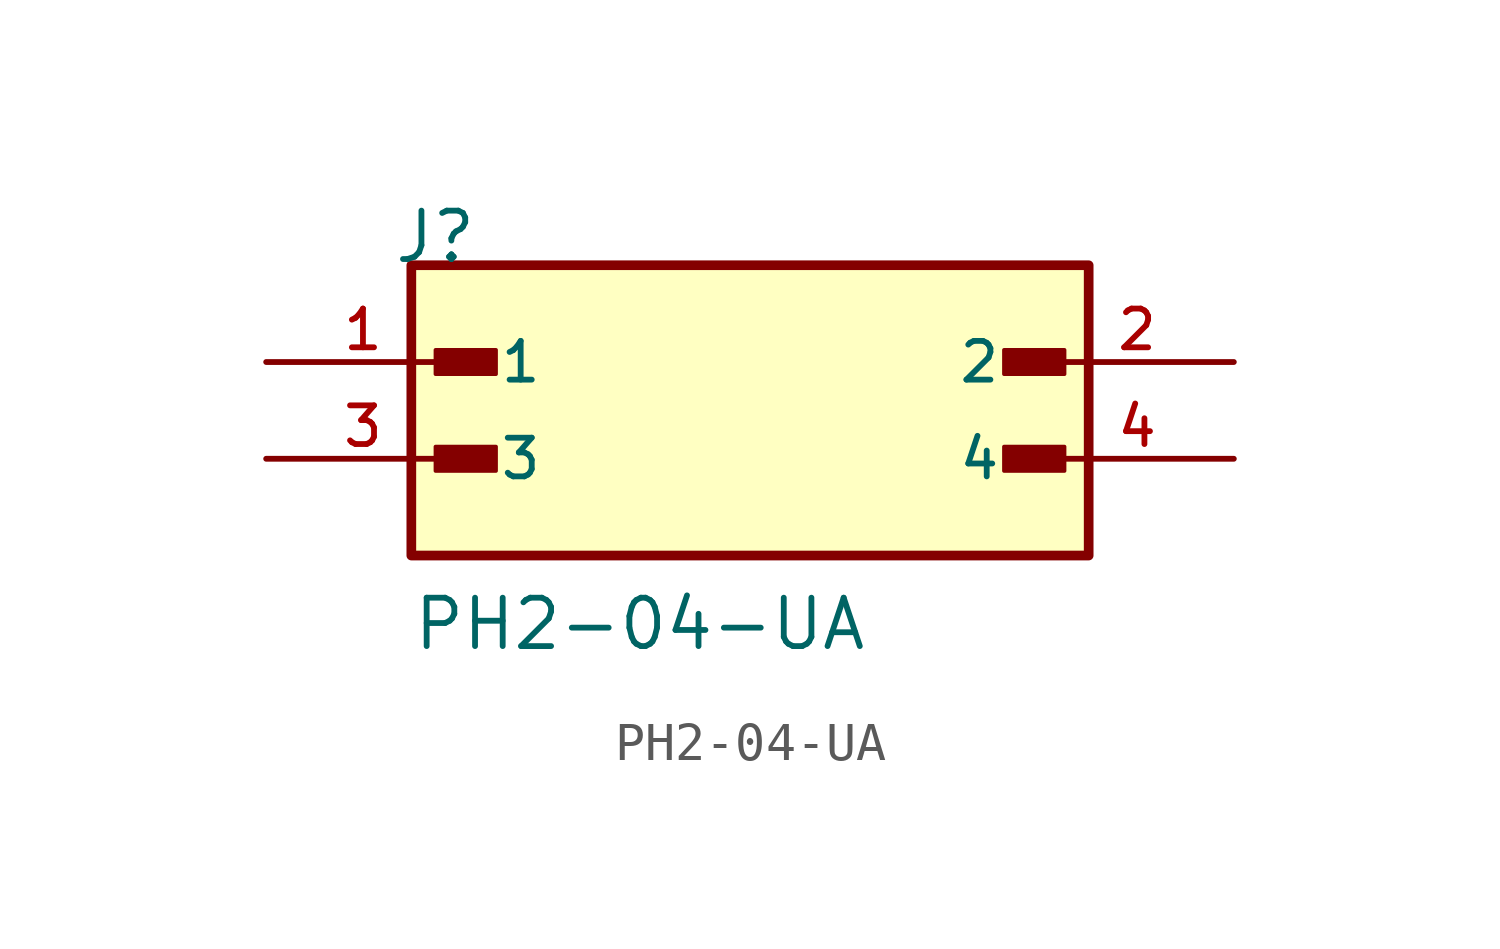
<source format=kicad_sym>
(kicad_symbol_lib
  (version 20211014)
  (generator kicad_symbol_editor)
  (symbol "PH2-04-UA"
    (pin_names
      (offset 1.016))
    (property "Reference" "J"
      (at -9.39 5.08 0)
      (effects (font (size 1.27 1.27)) (justify bottom left)))
    (property "Value" "PH2-04-UA"
      (at -8.89 -5.08 0)
      (effects (font (size 1.27 1.27)) (justify bottom left)))
    (symbol "PH2-04-UA_0_0"
      (rectangle (start -8.255 2.223) (end -6.668 2.857) (stroke (width 0.1)) (fill (type outline)))
      (rectangle (start 8.255 2.223) (end 6.668 2.857) (stroke (width 0.1)) (fill (type outline)))
      (rectangle (start -8.255 -0.318) (end -6.668 0.318) (stroke (width 0.1)) (fill (type outline)))
      (rectangle (start 8.255 -0.318) (end 6.668 0.318) (stroke (width 0.1)) (fill (type outline)))
      (rectangle (start -8.89 -2.54) (end 8.89 5.08) (stroke (width 0.254)) (fill (type background)))
      (pin passive line (at -12.7 2.54 0) (length 5.08) (name "1" (effects (font (size 1.016 1.016)))) (number "1" (effects (font (size 1.016 1.016)))))
      (pin passive line (at 12.7 2.54 180.0) (length 5.08) (name "2" (effects (font (size 1.016 1.016)))) (number "2" (effects (font (size 1.016 1.016)))))
      (pin passive line (at -12.7 0.0 0) (length 5.08) (name "3" (effects (font (size 1.016 1.016)))) (number "3" (effects (font (size 1.016 1.016)))))
      (pin passive line (at 12.7 0.0 180.0) (length 5.08) (name "4" (effects (font (size 1.016 1.016)))) (number "4" (effects (font (size 1.016 1.016))))))))
</source>
